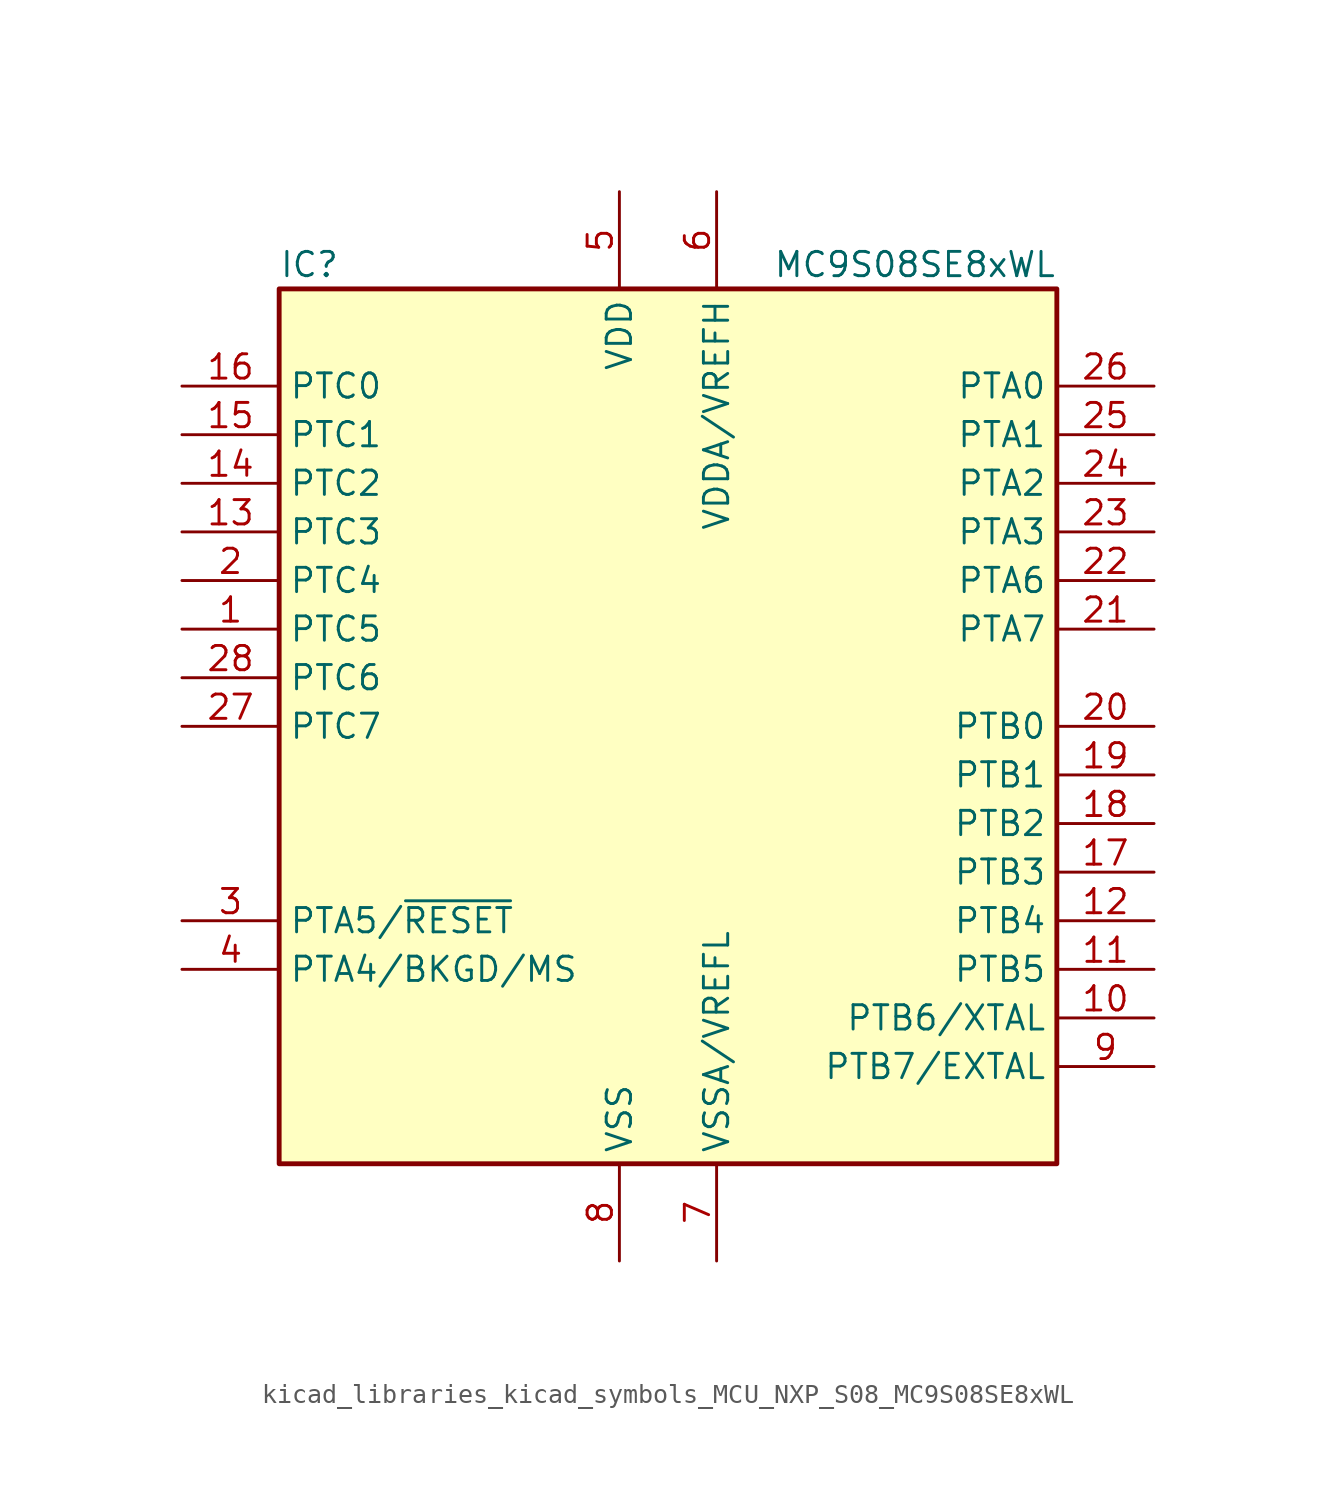
<source format=kicad_sym>
(kicad_symbol_lib
  (version 20220914)
  (generator kicad_symbol_editor)
  (symbol "kicad_libraries_kicad_symbols_MCU_NXP_S08_MC9S08SE8xWL"
    (property "Reference" "IC"
      (at -20.32 24.13 0)
      (effects (font (size 1.27 1.27)) (justify left)))
    (property "Value" "MC9S08SE8xWL"
      (at 20.32 24.13 0)
      (effects (font (size 1.27 1.27)) (justify right)))
    (symbol "kicad_libraries_kicad_symbols_MCU_NXP_S08_MC9S08SE8xWL_0_1"
      (rectangle (start -20.32 22.86) (end 20.32 -22.86) (stroke (width 0.254) (type default)) (fill (type background))))
    (symbol "kicad_libraries_kicad_symbols_MCU_NXP_S08_MC9S08SE8xWL_1_1"
      (pin bidirectional line (at -25.4 5.08 0) (length 5.08) (name "PTC5" (effects (font (size 1.27 1.27)))) (number "1" (effects (font (size 1.27 1.27)))))
      (pin bidirectional line (at 25.4 -15.24 180) (length 5.08) (name "PTB6/XTAL" (effects (font (size 1.27 1.27)))) (number "10" (effects (font (size 1.27 1.27)))))
      (pin bidirectional line (at 25.4 -12.7 180) (length 5.08) (name "PTB5" (effects (font (size 1.27 1.27)))) (number "11" (effects (font (size 1.27 1.27)))))
      (pin bidirectional line (at 25.4 -10.16 180) (length 5.08) (name "PTB4" (effects (font (size 1.27 1.27)))) (number "12" (effects (font (size 1.27 1.27)))))
      (pin bidirectional line (at -25.4 10.16 0) (length 5.08) (name "PTC3" (effects (font (size 1.27 1.27)))) (number "13" (effects (font (size 1.27 1.27)))))
      (pin bidirectional line (at -25.4 12.7 0) (length 5.08) (name "PTC2" (effects (font (size 1.27 1.27)))) (number "14" (effects (font (size 1.27 1.27)))))
      (pin bidirectional line (at -25.4 15.24 0) (length 5.08) (name "PTC1" (effects (font (size 1.27 1.27)))) (number "15" (effects (font (size 1.27 1.27)))))
      (pin bidirectional line (at -25.4 17.78 0) (length 5.08) (name "PTC0" (effects (font (size 1.27 1.27)))) (number "16" (effects (font (size 1.27 1.27)))))
      (pin bidirectional line (at 25.4 -7.62 180) (length 5.08) (name "PTB3" (effects (font (size 1.27 1.27)))) (number "17" (effects (font (size 1.27 1.27)))))
      (pin bidirectional line (at 25.4 -5.08 180) (length 5.08) (name "PTB2" (effects (font (size 1.27 1.27)))) (number "18" (effects (font (size 1.27 1.27)))))
      (pin bidirectional line (at 25.4 -2.54 180) (length 5.08) (name "PTB1" (effects (font (size 1.27 1.27)))) (number "19" (effects (font (size 1.27 1.27)))))
      (pin bidirectional line (at -25.4 7.62 0) (length 5.08) (name "PTC4" (effects (font (size 1.27 1.27)))) (number "2" (effects (font (size 1.27 1.27)))))
      (pin bidirectional line (at 25.4 0 180) (length 5.08) (name "PTB0" (effects (font (size 1.27 1.27)))) (number "20" (effects (font (size 1.27 1.27)))))
      (pin bidirectional line (at 25.4 5.08 180) (length 5.08) (name "PTA7" (effects (font (size 1.27 1.27)))) (number "21" (effects (font (size 1.27 1.27)))))
      (pin bidirectional line (at 25.4 7.62 180) (length 5.08) (name "PTA6" (effects (font (size 1.27 1.27)))) (number "22" (effects (font (size 1.27 1.27)))))
      (pin bidirectional line (at 25.4 10.16 180) (length 5.08) (name "PTA3" (effects (font (size 1.27 1.27)))) (number "23" (effects (font (size 1.27 1.27)))))
      (pin bidirectional line (at 25.4 12.7 180) (length 5.08) (name "PTA2" (effects (font (size 1.27 1.27)))) (number "24" (effects (font (size 1.27 1.27)))))
      (pin bidirectional line (at 25.4 15.24 180) (length 5.08) (name "PTA1" (effects (font (size 1.27 1.27)))) (number "25" (effects (font (size 1.27 1.27)))))
      (pin bidirectional line (at 25.4 17.78 180) (length 5.08) (name "PTA0" (effects (font (size 1.27 1.27)))) (number "26" (effects (font (size 1.27 1.27)))))
      (pin bidirectional line (at -25.4 0 0) (length 5.08) (name "PTC7" (effects (font (size 1.27 1.27)))) (number "27" (effects (font (size 1.27 1.27)))))
      (pin bidirectional line (at -25.4 2.54 0) (length 5.08) (name "PTC6" (effects (font (size 1.27 1.27)))) (number "28" (effects (font (size 1.27 1.27)))))
      (pin bidirectional line (at -25.4 -10.16 0) (length 5.08) (name "PTA5/~{RESET}" (effects (font (size 1.27 1.27)))) (number "3" (effects (font (size 1.27 1.27)))))
      (pin bidirectional line (at -25.4 -12.7 0) (length 5.08) (name "PTA4/BKGD/MS" (effects (font (size 1.27 1.27)))) (number "4" (effects (font (size 1.27 1.27)))))
      (pin power_in line (at -2.54 27.94 270) (length 5.08) (name "VDD" (effects (font (size 1.27 1.27)))) (number "5" (effects (font (size 1.27 1.27)))))
      (pin power_in line (at 2.54 27.94 270) (length 5.08) (name "VDDA/VREFH" (effects (font (size 1.27 1.27)))) (number "6" (effects (font (size 1.27 1.27)))))
      (pin power_in line (at 2.54 -27.94 90) (length 5.08) (name "VSSA/VREFL" (effects (font (size 1.27 1.27)))) (number "7" (effects (font (size 1.27 1.27)))))
      (pin power_in line (at -2.54 -27.94 90) (length 5.08) (name "VSS" (effects (font (size 1.27 1.27)))) (number "8" (effects (font (size 1.27 1.27)))))
      (pin bidirectional line (at 25.4 -17.78 180) (length 5.08) (name "PTB7/EXTAL" (effects (font (size 1.27 1.27)))) (number "9" (effects (font (size 1.27 1.27))))))))
</source>
